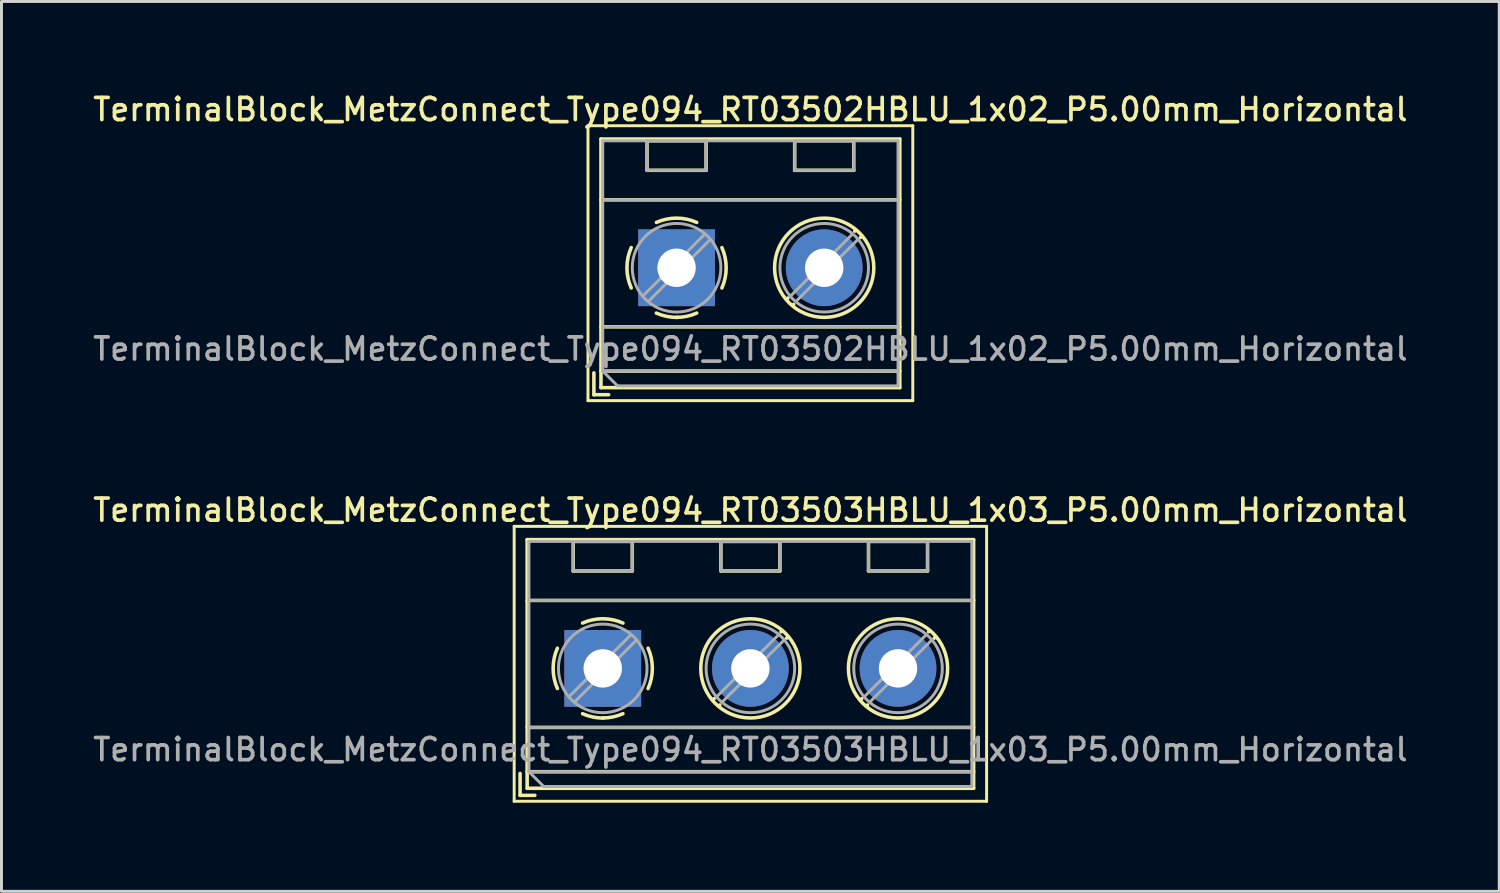
<source format=kicad_pcb>
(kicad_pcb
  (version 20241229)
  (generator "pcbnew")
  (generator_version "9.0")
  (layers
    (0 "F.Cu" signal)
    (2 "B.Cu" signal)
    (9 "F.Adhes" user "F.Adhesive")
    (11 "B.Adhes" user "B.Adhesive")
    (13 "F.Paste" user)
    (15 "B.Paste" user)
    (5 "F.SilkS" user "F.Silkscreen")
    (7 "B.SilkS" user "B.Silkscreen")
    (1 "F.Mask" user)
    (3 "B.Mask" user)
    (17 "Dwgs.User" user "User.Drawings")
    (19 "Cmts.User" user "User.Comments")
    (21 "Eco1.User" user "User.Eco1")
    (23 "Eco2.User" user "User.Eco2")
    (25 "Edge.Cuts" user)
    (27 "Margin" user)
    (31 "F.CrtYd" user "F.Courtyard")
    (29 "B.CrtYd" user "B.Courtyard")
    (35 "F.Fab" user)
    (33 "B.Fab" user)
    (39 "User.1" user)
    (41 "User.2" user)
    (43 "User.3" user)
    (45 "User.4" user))
  (footprint "TerminalBlock_MetzConnect_Type094_RT03502HBLU_1x02_P5.00mm_Horizontal"
    (layer "F.Cu")
    (at 19.863 6.018)
    (property "Reference" "TerminalBlock_MetzConnect_Type094_RT03502HBLU_1x02_P5.00mm_Horizontal" (at 2.5 -5.36 0) (layer "F.SilkS") (effects (font (size 0.75 0.75) (thickness 0.125))))
    (attr through_hole)
    (fp_line (start -3 -4.81) (end -3 4.5) (stroke (width 0.1) (type solid)) (layer "F.SilkS"))
    (fp_line (start -3 4.5) (end 8 4.5) (stroke (width 0.1) (type solid)) (layer "F.SilkS"))
    (fp_line (start -2.8 3.56) (end -2.8 4.3) (stroke (width 0.12) (type solid)) (layer "F.SilkS"))
    (fp_line (start -2.8 4.3) (end -2.3 4.3) (stroke (width 0.12) (type solid)) (layer "F.SilkS"))
    (fp_line (start -2.56 -4.36) (end -2.56 4.06) (stroke (width 0.12) (type solid)) (layer "F.SilkS"))
    (fp_line (start -2.56 -4.36) (end 7.56 -4.36) (stroke (width 0.12) (type solid)) (layer "F.SilkS"))
    (fp_line (start -2.56 -2.301) (end 7.56 -2.301) (stroke (width 0.12) (type solid)) (layer "F.SilkS"))
    (fp_line (start -2.56 2) (end 7.56 2) (stroke (width 0.12) (type solid)) (layer "F.SilkS"))
    (fp_line (start -2.56 3.5) (end 7.56 3.5) (stroke (width 0.12) (type solid)) (layer "F.SilkS"))
    (fp_line (start -2.56 4.06) (end 7.56 4.06) (stroke (width 0.12) (type solid)) (layer "F.SilkS"))
    (fp_line (start -1 -4.3) (end -1 -3.3) (stroke (width 0.12) (type solid)) (layer "F.SilkS"))
    (fp_line (start -1 -4.3) (end 1 -4.3) (stroke (width 0.12) (type solid)) (layer "F.SilkS"))
    (fp_line (start -1 -3.3) (end 1 -3.3) (stroke (width 0.12) (type solid)) (layer "F.SilkS"))
    (fp_line (start 1 -4.3) (end 1 -3.3) (stroke (width 0.12) (type solid)) (layer "F.SilkS"))
    (fp_line (start 3.773 1.023) (end 3.726 1.069) (stroke (width 0.12) (type solid)) (layer "F.SilkS"))
    (fp_line (start 3.966 1.239) (end 3.931 1.274) (stroke (width 0.12) (type solid)) (layer "F.SilkS"))
    (fp_line (start 4 -4.3) (end 4 -3.3) (stroke (width 0.12) (type solid)) (layer "F.SilkS"))
    (fp_line (start 4 -4.3) (end 6 -4.3) (stroke (width 0.12) (type solid)) (layer "F.SilkS"))
    (fp_line (start 4 -3.3) (end 6 -3.3) (stroke (width 0.12) (type solid)) (layer "F.SilkS"))
    (fp_line (start 6 -4.3) (end 6 -3.3) (stroke (width 0.12) (type solid)) (layer "F.SilkS"))
    (fp_line (start 6.07 -1.275) (end 6.035 -1.239) (stroke (width 0.12) (type solid)) (layer "F.SilkS"))
    (fp_line (start 6.275 -1.069) (end 6.228 -1.023) (stroke (width 0.12) (type solid)) (layer "F.SilkS"))
    (fp_line (start 7.56 -4.36) (end 7.56 4.06) (stroke (width 0.12) (type solid)) (layer "F.SilkS"))
    (fp_line (start 8 -4.81) (end -3 -4.81) (stroke (width 0.1) (type solid)) (layer "F.SilkS"))
    (fp_line (start 8 4.5) (end 8 -4.81) (stroke (width 0.1) (type solid)) (layer "F.SilkS"))
    (fp_arc (start -1.535427 0.683042) (mid -1.680501 -0.000524) (end -1.535 -0.684) (stroke (width 0.12) (type solid)) (layer "F.SilkS"))
    (fp_arc (start -0.683042 -1.535427) (mid 0.000524 -1.680501) (end 0.684 -1.535) (stroke (width 0.12) (type solid)) (layer "F.SilkS"))
    (fp_arc (start 0.028805 1.680253) (mid -0.335551 1.646659) (end -0.684 1.535) (stroke (width 0.12) (type solid)) (layer "F.SilkS"))
    (fp_arc (start 0.683318 1.534756) (mid 0.349292 1.643288) (end 0 1.68) (stroke (width 0.12) (type solid)) (layer "F.SilkS"))
    (fp_arc (start 1.535427 -0.683042) (mid 1.680501 0.000524) (end 1.535 0.684) (stroke (width 0.12) (type solid)) (layer "F.SilkS"))
    (fp_circle (center 5 0) (end 6.68 0) (stroke (width 0.12) (type solid)) (fill no) (layer "F.SilkS"))
    (fp_line (start -2.5 -4.3) (end 7.5 -4.3) (stroke (width 0.1) (type solid)) (layer "F.Fab"))
    (fp_line (start -2.5 -2.3) (end 7.5 -2.3) (stroke (width 0.1) (type solid)) (layer "F.Fab"))
    (fp_line (start -2.5 2) (end 7.5 2) (stroke (width 0.1) (type solid)) (layer "F.Fab"))
    (fp_line (start -2.5 3.5) (end -2.5 -4.3) (stroke (width 0.1) (type solid)) (layer "F.Fab"))
    (fp_line (start -2.5 3.5) (end 7.5 3.5) (stroke (width 0.1) (type solid)) (layer "F.Fab"))
    (fp_line (start -2 4) (end -2.5 3.5) (stroke (width 0.1) (type solid)) (layer "F.Fab"))
    (fp_line (start -1 -4.3) (end -1 -3.3) (stroke (width 0.1) (type solid)) (layer "F.Fab"))
    (fp_line (start -1 -3.3) (end 1 -3.3) (stroke (width 0.1) (type solid)) (layer "F.Fab"))
    (fp_line (start 0.955 -1.138) (end -1.138 0.955) (stroke (width 0.1) (type solid)) (layer "F.Fab"))
    (fp_line (start 1 -4.3) (end -1 -4.3) (stroke (width 0.1) (type solid)) (layer "F.Fab"))
    (fp_line (start 1 -3.3) (end 1 -4.3) (stroke (width 0.1) (type solid)) (layer "F.Fab"))
    (fp_line (start 1.138 -0.955) (end -0.955 1.138) (stroke (width 0.1) (type solid)) (layer "F.Fab"))
    (fp_line (start 4 -4.3) (end 4 -3.3) (stroke (width 0.1) (type solid)) (layer "F.Fab"))
    (fp_line (start 4 -3.3) (end 6 -3.3) (stroke (width 0.1) (type solid)) (layer "F.Fab"))
    (fp_line (start 5.955 -1.138) (end 3.863 0.955) (stroke (width 0.1) (type solid)) (layer "F.Fab"))
    (fp_line (start 6 -4.3) (end 4 -4.3) (stroke (width 0.1) (type solid)) (layer "F.Fab"))
    (fp_line (start 6 -3.3) (end 6 -4.3) (stroke (width 0.1) (type solid)) (layer "F.Fab"))
    (fp_line (start 6.138 -0.955) (end 4.046 1.138) (stroke (width 0.1) (type solid)) (layer "F.Fab"))
    (fp_line (start 7.5 -4.3) (end 7.5 4) (stroke (width 0.1) (type solid)) (layer "F.Fab"))
    (fp_line (start 7.5 4) (end -2 4) (stroke (width 0.1) (type solid)) (layer "F.Fab"))
    (fp_circle (center 0 0) (end 1.5 0) (stroke (width 0.1) (type solid)) (fill no) (layer "F.Fab"))
    (fp_circle (center 5 0) (end 6.5 0) (stroke (width 0.1) (type solid)) (fill no) (layer "F.Fab"))
    (fp_text user "${REFERENCE}" (at 2.5 2.75 0) (layer "F.Fab") (effects (font (size 0.75 0.75) (thickness 0.125))))
    (pad "1" thru_hole rect (at 0 0) (size 2.6 2.6) (drill 1.3) (layers "*.Cu" "*.Mask"))
    (pad "2" thru_hole circle (at 5 0) (size 2.6 2.6) (drill 1.3) (layers "*.Cu" "*.Mask")))
  (footprint "TerminalBlock_MetzConnect_Type094_RT03503HBLU_1x03_P5.00mm_Horizontal"
    (layer "F.Cu")
    (at 17.363 19.586)
    (property "Reference" "TerminalBlock_MetzConnect_Type094_RT03503HBLU_1x03_P5.00mm_Horizontal" (at 5 -5.36 0) (layer "F.SilkS") (effects (font (size 0.75 0.75) (thickness 0.125))))
    (attr through_hole)
    (fp_line (start -3 -4.81) (end -3 4.5) (stroke (width 0.1) (type solid)) (layer "F.SilkS"))
    (fp_line (start -3 4.5) (end 13 4.5) (stroke (width 0.1) (type solid)) (layer "F.SilkS"))
    (fp_line (start -2.8 3.56) (end -2.8 4.3) (stroke (width 0.12) (type solid)) (layer "F.SilkS"))
    (fp_line (start -2.8 4.3) (end -2.3 4.3) (stroke (width 0.12) (type solid)) (layer "F.SilkS"))
    (fp_line (start -2.56 -4.36) (end -2.56 4.06) (stroke (width 0.12) (type solid)) (layer "F.SilkS"))
    (fp_line (start -2.56 -4.36) (end 12.56 -4.36) (stroke (width 0.12) (type solid)) (layer "F.SilkS"))
    (fp_line (start -2.56 -2.301) (end 12.56 -2.301) (stroke (width 0.12) (type solid)) (layer "F.SilkS"))
    (fp_line (start -2.56 2) (end 12.56 2) (stroke (width 0.12) (type solid)) (layer "F.SilkS"))
    (fp_line (start -2.56 3.5) (end 12.56 3.5) (stroke (width 0.12) (type solid)) (layer "F.SilkS"))
    (fp_line (start -2.56 4.06) (end 12.56 4.06) (stroke (width 0.12) (type solid)) (layer "F.SilkS"))
    (fp_line (start -1 -4.3) (end -1 -3.3) (stroke (width 0.12) (type solid)) (layer "F.SilkS"))
    (fp_line (start -1 -4.3) (end 1 -4.3) (stroke (width 0.12) (type solid)) (layer "F.SilkS"))
    (fp_line (start -1 -3.3) (end 1 -3.3) (stroke (width 0.12) (type solid)) (layer "F.SilkS"))
    (fp_line (start 1 -4.3) (end 1 -3.3) (stroke (width 0.12) (type solid)) (layer "F.SilkS"))
    (fp_line (start 3.773 1.023) (end 3.726 1.069) (stroke (width 0.12) (type solid)) (layer "F.SilkS"))
    (fp_line (start 3.966 1.239) (end 3.931 1.274) (stroke (width 0.12) (type solid)) (layer "F.SilkS"))
    (fp_line (start 4 -4.3) (end 4 -3.3) (stroke (width 0.12) (type solid)) (layer "F.SilkS"))
    (fp_line (start 4 -4.3) (end 6 -4.3) (stroke (width 0.12) (type solid)) (layer "F.SilkS"))
    (fp_line (start 4 -3.3) (end 6 -3.3) (stroke (width 0.12) (type solid)) (layer "F.SilkS"))
    (fp_line (start 6 -4.3) (end 6 -3.3) (stroke (width 0.12) (type solid)) (layer "F.SilkS"))
    (fp_line (start 6.07 -1.275) (end 6.035 -1.239) (stroke (width 0.12) (type solid)) (layer "F.SilkS"))
    (fp_line (start 6.275 -1.069) (end 6.228 -1.023) (stroke (width 0.12) (type solid)) (layer "F.SilkS"))
    (fp_line (start 8.773 1.023) (end 8.726 1.069) (stroke (width 0.12) (type solid)) (layer "F.SilkS"))
    (fp_line (start 8.966 1.239) (end 8.931 1.274) (stroke (width 0.12) (type solid)) (layer "F.SilkS"))
    (fp_line (start 9 -4.3) (end 9 -3.3) (stroke (width 0.12) (type solid)) (layer "F.SilkS"))
    (fp_line (start 9 -4.3) (end 11 -4.3) (stroke (width 0.12) (type solid)) (layer "F.SilkS"))
    (fp_line (start 9 -3.3) (end 11 -3.3) (stroke (width 0.12) (type solid)) (layer "F.SilkS"))
    (fp_line (start 11 -4.3) (end 11 -3.3) (stroke (width 0.12) (type solid)) (layer "F.SilkS"))
    (fp_line (start 11.07 -1.275) (end 11.035 -1.239) (stroke (width 0.12) (type solid)) (layer "F.SilkS"))
    (fp_line (start 11.275 -1.069) (end 11.228 -1.023) (stroke (width 0.12) (type solid)) (layer "F.SilkS"))
    (fp_line (start 12.56 -4.36) (end 12.56 4.06) (stroke (width 0.12) (type solid)) (layer "F.SilkS"))
    (fp_line (start 13 -4.81) (end -3 -4.81) (stroke (width 0.1) (type solid)) (layer "F.SilkS"))
    (fp_line (start 13 4.5) (end 13 -4.81) (stroke (width 0.1) (type solid)) (layer "F.SilkS"))
    (fp_arc (start -1.535427 0.683042) (mid -1.680501 -0.000524) (end -1.535 -0.684) (stroke (width 0.12) (type solid)) (layer "F.SilkS"))
    (fp_arc (start -0.683042 -1.535427) (mid 0.000524 -1.680501) (end 0.684 -1.535) (stroke (width 0.12) (type solid)) (layer "F.SilkS"))
    (fp_arc (start 0.028805 1.680253) (mid -0.335551 1.646659) (end -0.684 1.535) (stroke (width 0.12) (type solid)) (layer "F.SilkS"))
    (fp_arc (start 0.683318 1.534756) (mid 0.349292 1.643288) (end 0 1.68) (stroke (width 0.12) (type solid)) (layer "F.SilkS"))
    (fp_arc (start 1.535427 -0.683042) (mid 1.680501 0.000524) (end 1.535 0.684) (stroke (width 0.12) (type solid)) (layer "F.SilkS"))
    (fp_circle (center 5 0) (end 6.68 0) (stroke (width 0.12) (type solid)) (fill no) (layer "F.SilkS"))
    (fp_circle (center 10 0) (end 11.68 0) (stroke (width 0.12) (type solid)) (fill no) (layer "F.SilkS"))
    (fp_line (start -2.5 -4.3) (end 12.5 -4.3) (stroke (width 0.1) (type solid)) (layer "F.Fab"))
    (fp_line (start -2.5 -2.3) (end 12.5 -2.3) (stroke (width 0.1) (type solid)) (layer "F.Fab"))
    (fp_line (start -2.5 2) (end 12.5 2) (stroke (width 0.1) (type solid)) (layer "F.Fab"))
    (fp_line (start -2.5 3.5) (end -2.5 -4.3) (stroke (width 0.1) (type solid)) (layer "F.Fab"))
    (fp_line (start -2.5 3.5) (end 12.5 3.5) (stroke (width 0.1) (type solid)) (layer "F.Fab"))
    (fp_line (start -2 4) (end -2.5 3.5) (stroke (width 0.1) (type solid)) (layer "F.Fab"))
    (fp_line (start -1 -4.3) (end -1 -3.3) (stroke (width 0.1) (type solid)) (layer "F.Fab"))
    (fp_line (start -1 -3.3) (end 1 -3.3) (stroke (width 0.1) (type solid)) (layer "F.Fab"))
    (fp_line (start 0.955 -1.138) (end -1.138 0.955) (stroke (width 0.1) (type solid)) (layer "F.Fab"))
    (fp_line (start 1 -4.3) (end -1 -4.3) (stroke (width 0.1) (type solid)) (layer "F.Fab"))
    (fp_line (start 1 -3.3) (end 1 -4.3) (stroke (width 0.1) (type solid)) (layer "F.Fab"))
    (fp_line (start 1.138 -0.955) (end -0.955 1.138) (stroke (width 0.1) (type solid)) (layer "F.Fab"))
    (fp_line (start 4 -4.3) (end 4 -3.3) (stroke (width 0.1) (type solid)) (layer "F.Fab"))
    (fp_line (start 4 -3.3) (end 6 -3.3) (stroke (width 0.1) (type solid)) (layer "F.Fab"))
    (fp_line (start 5.955 -1.138) (end 3.863 0.955) (stroke (width 0.1) (type solid)) (layer "F.Fab"))
    (fp_line (start 6 -4.3) (end 4 -4.3) (stroke (width 0.1) (type solid)) (layer "F.Fab"))
    (fp_line (start 6 -3.3) (end 6 -4.3) (stroke (width 0.1) (type solid)) (layer "F.Fab"))
    (fp_line (start 6.138 -0.955) (end 4.046 1.138) (stroke (width 0.1) (type solid)) (layer "F.Fab"))
    (fp_line (start 9 -4.3) (end 9 -3.3) (stroke (width 0.1) (type solid)) (layer "F.Fab"))
    (fp_line (start 9 -3.3) (end 11 -3.3) (stroke (width 0.1) (type solid)) (layer "F.Fab"))
    (fp_line (start 10.955 -1.138) (end 8.863 0.955) (stroke (width 0.1) (type solid)) (layer "F.Fab"))
    (fp_line (start 11 -4.3) (end 9 -4.3) (stroke (width 0.1) (type solid)) (layer "F.Fab"))
    (fp_line (start 11 -3.3) (end 11 -4.3) (stroke (width 0.1) (type solid)) (layer "F.Fab"))
    (fp_line (start 11.138 -0.955) (end 9.046 1.138) (stroke (width 0.1) (type solid)) (layer "F.Fab"))
    (fp_line (start 12.5 -4.3) (end 12.5 4) (stroke (width 0.1) (type solid)) (layer "F.Fab"))
    (fp_line (start 12.5 4) (end -2 4) (stroke (width 0.1) (type solid)) (layer "F.Fab"))
    (fp_circle (center 0 0) (end 1.5 0) (stroke (width 0.1) (type solid)) (fill no) (layer "F.Fab"))
    (fp_circle (center 5 0) (end 6.5 0) (stroke (width 0.1) (type solid)) (fill no) (layer "F.Fab"))
    (fp_circle (center 10 0) (end 11.5 0) (stroke (width 0.1) (type solid)) (fill no) (layer "F.Fab"))
    (fp_text user "${REFERENCE}" (at 5 2.75 0) (layer "F.Fab") (effects (font (size 0.75 0.75) (thickness 0.125))))
    (pad "1" thru_hole rect (at 0 0) (size 2.6 2.6) (drill 1.3) (layers "*.Cu" "*.Mask"))
    (pad "2" thru_hole circle (at 5 0) (size 2.6 2.6) (drill 1.3) (layers "*.Cu" "*.Mask"))
    (pad "3" thru_hole circle (at 10 0) (size 2.6 2.6) (drill 1.3) (layers "*.Cu" "*.Mask")))
  (gr_rect
    (start -3 -3)
    (end 47.725 27.136)
    (stroke (width 0.1) (type default))
    (fill no)
    (layer "Edge.Cuts")))
</source>
